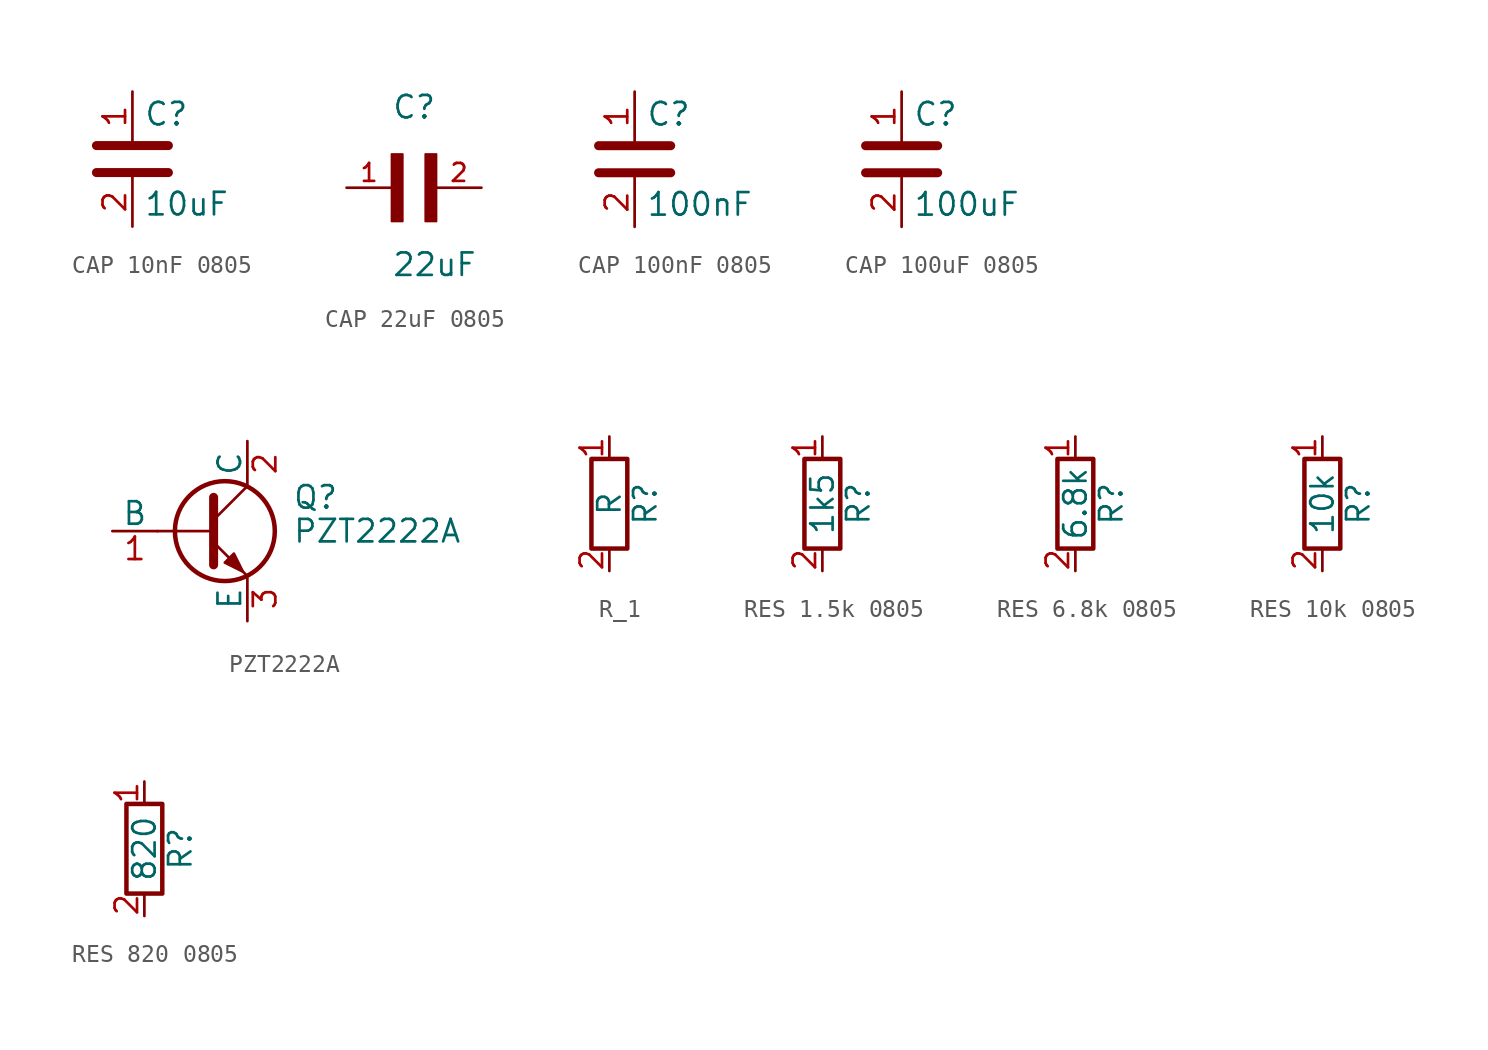
<source format=kicad_sym>
(kicad_symbol_lib
  (version 20241209)
  (generator kicad_symbol_editor)
  (symbol "CAP 10nF 0805"
    (pin_names
      (offset 0.254))
    (property "Reference" "C"
      (at 0.635 2.54 0)
      (effects (font (size 1.27 1.27)) (justify left)))
    (property "Value" "10uF"
      (at 0.635 -2.54 0)
      (effects (font (size 1.27 1.27)) (justify left)))
    (property "ki_keywords" "cap capacitor"
      (at 0 0 0)
      (effects (font (size 1.27 1.27))))
    (property "ki_fp_filters" "C_*"
      (at 0 0 0)
      (effects (font (size 1.27 1.27))))
    (symbol "CAP 10nF 0805_0_1"
      (polyline (pts (xy -2.032 0.762) (xy 2.032 0.762)) (stroke (width 0.508) (type default)) (fill (type none)))
      (polyline (pts (xy -2.032 -0.762) (xy 2.032 -0.762)) (stroke (width 0.508) (type default)) (fill (type none))))
    (symbol "CAP 10nF 0805_1_1"
      (pin passive line (at 0 3.81 270) (length 2.794) (name "~" (effects (font (size 1.27 1.27)))) (number "1" (effects (font (size 1.27 1.27)))))
      (pin passive line (at 0 -3.81 90) (length 2.794) (name "~" (effects (font (size 1.27 1.27)))) (number "2" (effects (font (size 1.27 1.27)))))))
  (symbol "CAP 22uF 0805"
    (pin_names
      (offset 1.016))
    (property "Reference" "C"
      (at 0 3.811 0)
      (effects (font (size 1.27 1.27)) (justify left bottom)))
    (property "Value" "22uF"
      (at 0 -5.088 0)
      (effects (font (size 1.27 1.27)) (justify left bottom)))
    (symbol "CAP 22uF 0805_0_0"
      (rectangle (start 0 1.905) (end 0.635 -1.907) (stroke (width 0.1) (type default)) (fill (type outline)))
      (rectangle (start 1.907 -1.907) (end 2.54 1.905) (stroke (width 0.1) (type default)) (fill (type outline)))
      (pin passive line (at -2.54 0 0) (length 2.54) (name "~" (effects (font (size 1.016 1.016)))) (number "1" (effects (font (size 1.016 1.016)))))
      (pin passive line (at 5.08 0 180) (length 2.54) (name "~" (effects (font (size 1.016 1.016)))) (number "2" (effects (font (size 1.016 1.016)))))))
  (symbol "CAP 100nF 0805"
    (pin_names
      (offset 0.254))
    (property "Reference" "C"
      (at 0.635 2.54 0)
      (effects (font (size 1.27 1.27)) (justify left)))
    (property "Value" "100nF"
      (at 0.635 -2.54 0)
      (effects (font (size 1.27 1.27)) (justify left)))
    (property "ki_keywords" "cap capacitor"
      (at 0 0 0)
      (effects (font (size 1.27 1.27))))
    (property "ki_fp_filters" "C_*"
      (at 0 0 0)
      (effects (font (size 1.27 1.27))))
    (symbol "CAP 100nF 0805_0_1"
      (polyline (pts (xy -2.032 0.762) (xy 2.032 0.762)) (stroke (width 0.508) (type default)) (fill (type none)))
      (polyline (pts (xy -2.032 -0.762) (xy 2.032 -0.762)) (stroke (width 0.508) (type default)) (fill (type none))))
    (symbol "CAP 100nF 0805_1_1"
      (pin passive line (at 0 3.81 270) (length 2.794) (name "~" (effects (font (size 1.27 1.27)))) (number "1" (effects (font (size 1.27 1.27)))))
      (pin passive line (at 0 -3.81 90) (length 2.794) (name "~" (effects (font (size 1.27 1.27)))) (number "2" (effects (font (size 1.27 1.27)))))))
  (symbol "CAP 100uF 0805"
    (pin_names
      (offset 0.254))
    (property "Reference" "C"
      (at 0.635 2.54 0)
      (effects (font (size 1.27 1.27)) (justify left)))
    (property "Value" "100uF"
      (at 0.635 -2.54 0)
      (effects (font (size 1.27 1.27)) (justify left)))
    (property "ki_keywords" "cap capacitor"
      (at 0 0 0)
      (effects (font (size 1.27 1.27))))
    (property "ki_fp_filters" "C_*"
      (at 0 0 0)
      (effects (font (size 1.27 1.27))))
    (symbol "CAP 100uF 0805_0_1"
      (polyline (pts (xy -2.032 0.762) (xy 2.032 0.762)) (stroke (width 0.508) (type default)) (fill (type none)))
      (polyline (pts (xy -2.032 -0.762) (xy 2.032 -0.762)) (stroke (width 0.508) (type default)) (fill (type none))))
    (symbol "CAP 100uF 0805_1_1"
      (pin passive line (at 0 3.81 270) (length 2.794) (name "~" (effects (font (size 1.27 1.27)))) (number "1" (effects (font (size 1.27 1.27)))))
      (pin passive line (at 0 -3.81 90) (length 2.794) (name "~" (effects (font (size 1.27 1.27)))) (number "2" (effects (font (size 1.27 1.27)))))))
  (symbol "PZT2222A"
    (pin_names
      (offset 0))
    (property "Reference" "Q"
      (at 5.08 1.905 0)
      (effects (font (size 1.27 1.27)) (justify left)))
    (property "Value" "PZT2222A"
      (at 5.08 0 0)
      (effects (font (size 1.27 1.27)) (justify left)))
    (property "ki_keywords" "NPN General Puprose Transistor SMD"
      (at 0 0 0)
      (effects (font (size 1.27 1.27))))
    (property "ki_fp_filters" "SOT?223*"
      (at 0 0 0)
      (effects (font (size 1.27 1.27))))
    (symbol "PZT2222A_0_1"
      (polyline (pts (xy -2.54 0) (xy 0.635 0)) (stroke (width 0) (type default)) (fill (type none)))
      (polyline (pts (xy 0.635 1.905) (xy 0.635 -1.905)) (stroke (width 0.508) (type default)) (fill (type none)))
      (circle (center 1.27 0) (radius 2.819) (stroke (width 0.254) (type default)) (fill (type none))))
    (symbol "PZT2222A_1_1"
      (polyline (pts (xy 0.635 0.635) (xy 2.54 2.54)) (stroke (width 0) (type default)) (fill (type none)))
      (polyline (pts (xy 0.635 -0.635) (xy 2.54 -2.54)) (stroke (width 0) (type default)) (fill (type none)))
      (polyline (pts (xy 1.27 -1.778) (xy 1.778 -1.27) (xy 2.286 -2.286) (xy 1.27 -1.778)) (stroke (width 0) (type default)) (fill (type outline)))
      (pin input line (at -5.08 0 0) (length 2.54) (name "B" (effects (font (size 1.27 1.27)))) (number "1" (effects (font (size 1.27 1.27)))))
      (pin passive line (at 2.54 5.08 270) (length 2.54) (name "C" (effects (font (size 1.27 1.27)))) (number "2" (effects (font (size 1.27 1.27)))))
      (pin passive line (at 2.54 -5.08 90) (length 2.54) (name "E" (effects (font (size 1.27 1.27)))) (number "3" (effects (font (size 1.27 1.27)))))))
  (symbol "R_1"
    (pin_names
      (offset 0))
    (property "Reference" "R"
      (at 2.032 0 90)
      (effects (font (size 1.27 1.27))))
    (property "Value" "R"
      (at 0 0 90)
      (effects (font (size 1.27 1.27))))
    (property "ki_keywords" "R res resistor"
      (at 0 0 0)
      (effects (font (size 1.27 1.27))))
    (property "ki_fp_filters" "R_*"
      (at 0 0 0)
      (effects (font (size 1.27 1.27))))
    (symbol "R_1_0_1"
      (rectangle (start -1.016 -2.54) (end 1.016 2.54) (stroke (width 0.254) (type default)) (fill (type none))))
    (symbol "R_1_1_1"
      (pin passive line (at 0 3.81 270) (length 1.27) (name "~" (effects (font (size 1.27 1.27)))) (number "1" (effects (font (size 1.27 1.27)))))
      (pin passive line (at 0 -3.81 90) (length 1.27) (name "~" (effects (font (size 1.27 1.27)))) (number "2" (effects (font (size 1.27 1.27)))))))
  (symbol "RES 1.5k 0805"
    (pin_names
      (offset 0))
    (property "Reference" "R"
      (at 2.032 0 90)
      (effects (font (size 1.27 1.27))))
    (property "Value" "1k5"
      (at 0 0 90)
      (effects (font (size 1.27 1.27))))
    (property "ki_keywords" "R res resistor"
      (at 0 0 0)
      (effects (font (size 1.27 1.27))))
    (property "ki_fp_filters" "R_*"
      (at 0 0 0)
      (effects (font (size 1.27 1.27))))
    (symbol "RES 1.5k 0805_0_1"
      (rectangle (start -1.016 -2.54) (end 1.016 2.54) (stroke (width 0.254) (type default)) (fill (type none))))
    (symbol "RES 1.5k 0805_1_1"
      (pin passive line (at 0 3.81 270) (length 1.27) (name "~" (effects (font (size 1.27 1.27)))) (number "1" (effects (font (size 1.27 1.27)))))
      (pin passive line (at 0 -3.81 90) (length 1.27) (name "~" (effects (font (size 1.27 1.27)))) (number "2" (effects (font (size 1.27 1.27)))))))
  (symbol "RES 6.8k 0805"
    (pin_names
      (offset 0))
    (property "Reference" "R"
      (at 2.032 0 90)
      (effects (font (size 1.27 1.27))))
    (property "Value" "6.8k"
      (at 0 0 90)
      (effects (font (size 1.27 1.27))))
    (property "ki_keywords" "R res resistor"
      (at 0 0 0)
      (effects (font (size 1.27 1.27))))
    (property "ki_fp_filters" "R_*"
      (at 0 0 0)
      (effects (font (size 1.27 1.27))))
    (symbol "RES 6.8k 0805_0_1"
      (rectangle (start -1.016 -2.54) (end 1.016 2.54) (stroke (width 0.254) (type default)) (fill (type none))))
    (symbol "RES 6.8k 0805_1_1"
      (pin passive line (at 0 3.81 270) (length 1.27) (name "~" (effects (font (size 1.27 1.27)))) (number "1" (effects (font (size 1.27 1.27)))))
      (pin passive line (at 0 -3.81 90) (length 1.27) (name "~" (effects (font (size 1.27 1.27)))) (number "2" (effects (font (size 1.27 1.27)))))))
  (symbol "RES 10k 0805"
    (pin_names
      (offset 0))
    (property "Reference" "R"
      (at 2.032 0 90)
      (effects (font (size 1.27 1.27))))
    (property "Value" "10k"
      (at 0 0 90)
      (effects (font (size 1.27 1.27))))
    (property "ki_keywords" "R res resistor"
      (at 0 0 0)
      (effects (font (size 1.27 1.27))))
    (property "ki_fp_filters" "R_*"
      (at 0 0 0)
      (effects (font (size 1.27 1.27))))
    (symbol "RES 10k 0805_0_1"
      (rectangle (start -1.016 -2.54) (end 1.016 2.54) (stroke (width 0.254) (type default)) (fill (type none))))
    (symbol "RES 10k 0805_1_1"
      (pin passive line (at 0 3.81 270) (length 1.27) (name "~" (effects (font (size 1.27 1.27)))) (number "1" (effects (font (size 1.27 1.27)))))
      (pin passive line (at 0 -3.81 90) (length 1.27) (name "~" (effects (font (size 1.27 1.27)))) (number "2" (effects (font (size 1.27 1.27)))))))
  (symbol "RES 820 0805"
    (pin_names
      (offset 0))
    (property "Reference" "R"
      (at 2.032 0 90)
      (effects (font (size 1.27 1.27))))
    (property "Value" "820"
      (at 0 0 90)
      (effects (font (size 1.27 1.27))))
    (property "ki_keywords" "R res resistor"
      (at 0 0 0)
      (effects (font (size 1.27 1.27))))
    (property "ki_fp_filters" "R_*"
      (at 0 0 0)
      (effects (font (size 1.27 1.27))))
    (symbol "RES 820 0805_0_1"
      (rectangle (start -1.016 -2.54) (end 1.016 2.54) (stroke (width 0.254) (type default)) (fill (type none))))
    (symbol "RES 820 0805_1_1"
      (pin passive line (at 0 3.81 270) (length 1.27) (name "~" (effects (font (size 1.27 1.27)))) (number "1" (effects (font (size 1.27 1.27)))))
      (pin passive line (at 0 -3.81 90) (length 1.27) (name "~" (effects (font (size 1.27 1.27)))) (number "2" (effects (font (size 1.27 1.27))))))))
</source>
